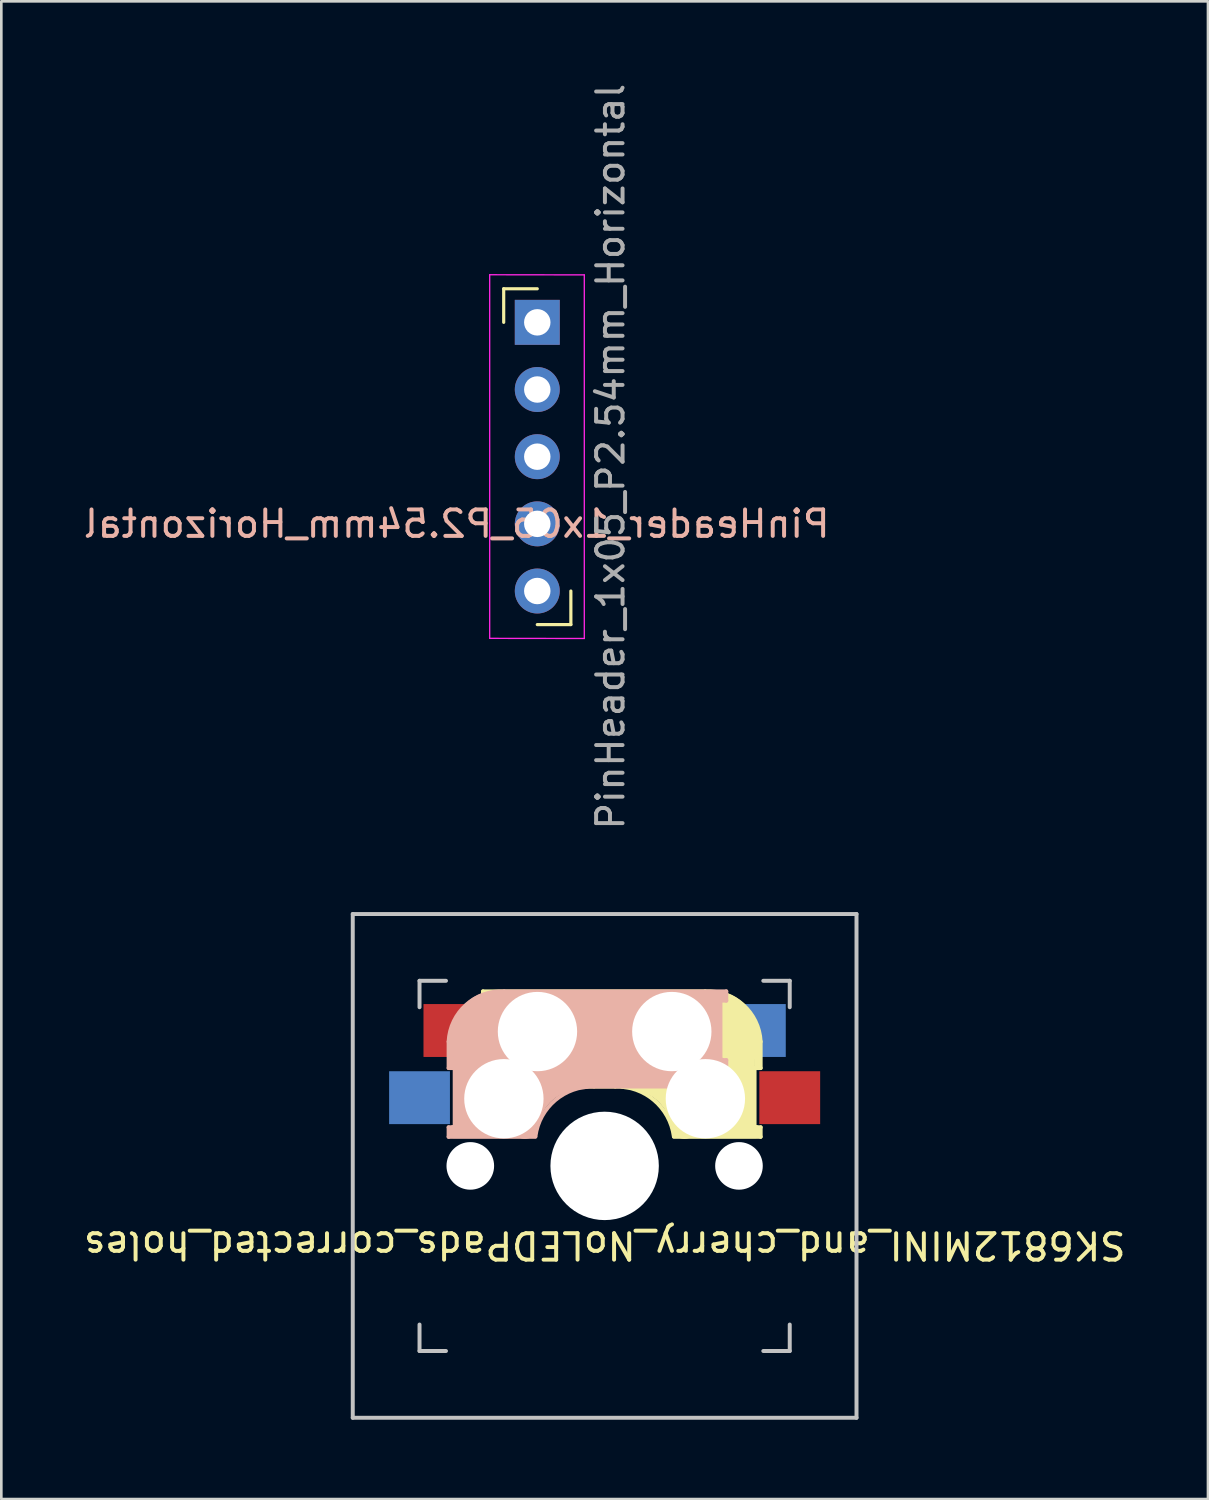
<source format=kicad_pcb>
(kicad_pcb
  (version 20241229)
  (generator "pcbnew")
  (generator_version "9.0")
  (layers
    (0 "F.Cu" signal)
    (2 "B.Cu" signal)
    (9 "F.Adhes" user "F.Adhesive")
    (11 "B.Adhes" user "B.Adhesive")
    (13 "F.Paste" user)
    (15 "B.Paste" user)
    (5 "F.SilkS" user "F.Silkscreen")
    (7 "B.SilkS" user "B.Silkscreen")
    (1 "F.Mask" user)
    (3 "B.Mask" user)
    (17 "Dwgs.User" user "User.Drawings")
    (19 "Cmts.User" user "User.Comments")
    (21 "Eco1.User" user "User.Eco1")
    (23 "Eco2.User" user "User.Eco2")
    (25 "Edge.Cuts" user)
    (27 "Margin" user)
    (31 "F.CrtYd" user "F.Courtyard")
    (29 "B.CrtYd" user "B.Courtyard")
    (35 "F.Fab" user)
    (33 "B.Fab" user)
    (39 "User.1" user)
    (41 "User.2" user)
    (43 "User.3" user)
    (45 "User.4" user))
  (footprint "SK6812MINI_and_cherry_NoLEDPads_corrected_holes"
    (layer "F.Cu")
    (at 19.815 41.04)
    (property "Reference" "SK6812MINI_and_cherry_NoLEDPads_corrected_holes" (at 0 3 180) (unlocked yes) (layer "F.SilkS") (effects (font (size 1 1) (thickness 0.15))))
    (attr through_hole)
    (fp_line (start -4.6 -6.6) (end 3.8 -6.6) (stroke (width 0.15) (type solid)) (layer "F.SilkS"))
    (fp_line (start -4.6 -6.25) (end -4.6 -6.6) (stroke (width 0.15) (type solid)) (layer "F.SilkS"))
    (fp_line (start -4.6 -4) (end -4.4 -4) (stroke (width 0.15) (type solid)) (layer "F.SilkS"))
    (fp_line (start -4.6 -3) (end -4.6 -4) (stroke (width 0.15) (type solid)) (layer "F.SilkS"))
    (fp_line (start -4.4 -6.4) (end -3 -6.4) (stroke (width 0.4) (type solid)) (layer "F.SilkS"))
    (fp_line (start -4.4 -6.25) (end -4.6 -6.25) (stroke (width 0.15) (type solid)) (layer "F.SilkS"))
    (fp_line (start -4.4 -3.9) (end -4.4 -3.2) (stroke (width 0.4) (type solid)) (layer "F.SilkS"))
    (fp_line (start -4.38 -4) (end -4.38 -6.25) (stroke (width 0.15) (type solid)) (layer "F.SilkS"))
    (fp_line (start -4.3 -3.3) (end -2.9 -3.3) (stroke (width 0.5) (type solid)) (layer "F.SilkS"))
    (fp_line (start -3.9 -6) (end -3.9 -3.5) (stroke (width 1) (type solid)) (layer "F.SilkS"))
    (fp_line (start -2.6 -4.8) (end 4.1 -4.8) (stroke (width 3.5) (type solid)) (layer "F.SilkS"))
    (fp_line (start 0.4 -3) (end -4.6 -3) (stroke (width 0.15) (type solid)) (layer "F.SilkS"))
    (fp_line (start 4.17 -5.1) (end 4.17 -2.86) (stroke (width 3) (type solid)) (layer "F.SilkS"))
    (fp_line (start 5.3 -1.6) (end 5.3 -3.4) (stroke (width 0.8) (type solid)) (layer "F.SilkS"))
    (fp_line (start 5.67 -3.7) (end 5.67 -1.46) (stroke (width 0.15) (type solid)) (layer "F.SilkS"))
    (fp_line (start 5.7 -1.46) (end 5.9 -1.46) (stroke (width 0.15) (type solid)) (layer "F.SilkS"))
    (fp_line (start 5.7 -1.3) (end 3 -1.3) (stroke (width 0.5) (type solid)) (layer "F.SilkS"))
    (fp_line (start 5.8 -3.8) (end 5.8 -4.7) (stroke (width 0.3) (type solid)) (layer "F.SilkS"))
    (fp_line (start 5.9 -4.7) (end 5.9 -3.7) (stroke (width 0.15) (type solid)) (layer "F.SilkS"))
    (fp_line (start 5.9 -3.7) (end 5.7 -3.7) (stroke (width 0.15) (type solid)) (layer "F.SilkS"))
    (fp_line (start 5.9 -1.1) (end 2.62 -1.1) (stroke (width 0.15) (type solid)) (layer "F.SilkS"))
    (fp_line (start 5.9 -1.1) (end 5.9 -1.46) (stroke (width 0.15) (type solid)) (layer "F.SilkS"))
    (fp_arc (start 0.4 -3) (mid 1.868709 -2.486118) (end 2.616318 -1.121471) (stroke (width 0.15) (type solid)) (layer "F.SilkS"))
    (fp_arc (start 0.8 -3.4) (mid 2.268709 -2.886118) (end 3.016318 -1.521471) (stroke (width 1) (type solid)) (layer "F.SilkS"))
    (fp_arc (start 3.8 -6.600001) (mid 5.243504 -6.084925) (end 5.900001 -4.7) (stroke (width 0.15) (type solid)) (layer "F.SilkS"))
    (fp_line (start -5.9 -4.7) (end -5.9 -3.7) (stroke (width 0.15) (type solid)) (layer "B.SilkS"))
    (fp_line (start -5.9 -3.7) (end -5.7 -3.7) (stroke (width 0.15) (type solid)) (layer "B.SilkS"))
    (fp_line (start -5.9 -1.1) (end -5.9 -1.46) (stroke (width 0.15) (type solid)) (layer "B.SilkS"))
    (fp_line (start -5.9 -1.1) (end -2.62 -1.1) (stroke (width 0.15) (type solid)) (layer "B.SilkS"))
    (fp_line (start -5.8 -3.8) (end -5.8 -4.7) (stroke (width 0.3) (type solid)) (layer "B.SilkS"))
    (fp_line (start -5.7 -1.46) (end -5.9 -1.46) (stroke (width 0.15) (type solid)) (layer "B.SilkS"))
    (fp_line (start -5.7 -1.3) (end -3 -1.3) (stroke (width 0.5) (type solid)) (layer "B.SilkS"))
    (fp_line (start -5.67 -3.7) (end -5.67 -1.46) (stroke (width 0.15) (type solid)) (layer "B.SilkS"))
    (fp_line (start -5.3 -1.6) (end -5.3 -3.4) (stroke (width 0.8) (type solid)) (layer "B.SilkS"))
    (fp_line (start -4.17 -5.1) (end -4.17 -2.86) (stroke (width 3) (type solid)) (layer "B.SilkS"))
    (fp_line (start -0.4 -3) (end 4.6 -3) (stroke (width 0.15) (type solid)) (layer "B.SilkS"))
    (fp_line (start 2.6 -4.8) (end -4.1 -4.8) (stroke (width 3.5) (type solid)) (layer "B.SilkS"))
    (fp_line (start 3.9 -6) (end 3.9 -3.5) (stroke (width 1) (type solid)) (layer "B.SilkS"))
    (fp_line (start 4.3 -3.3) (end 2.9 -3.3) (stroke (width 0.5) (type solid)) (layer "B.SilkS"))
    (fp_line (start 4.38 -4) (end 4.38 -6.25) (stroke (width 0.15) (type solid)) (layer "B.SilkS"))
    (fp_line (start 4.4 -6.4) (end 3 -6.4) (stroke (width 0.4) (type solid)) (layer "B.SilkS"))
    (fp_line (start 4.4 -6.25) (end 4.6 -6.25) (stroke (width 0.15) (type solid)) (layer "B.SilkS"))
    (fp_line (start 4.4 -3.9) (end 4.4 -3.2) (stroke (width 0.4) (type solid)) (layer "B.SilkS"))
    (fp_line (start 4.6 -6.6) (end -3.8 -6.6) (stroke (width 0.15) (type solid)) (layer "B.SilkS"))
    (fp_line (start 4.6 -6.25) (end 4.6 -6.6) (stroke (width 0.15) (type solid)) (layer "B.SilkS"))
    (fp_line (start 4.6 -4) (end 4.4 -4) (stroke (width 0.15) (type solid)) (layer "B.SilkS"))
    (fp_line (start 4.6 -3) (end 4.6 -4) (stroke (width 0.15) (type solid)) (layer "B.SilkS"))
    (fp_arc (start -5.9 -4.699999) (mid -5.243504 -6.084924) (end -3.800001 -6.6) (stroke (width 0.15) (type solid)) (layer "B.SilkS"))
    (fp_arc (start -3.016318 -1.521471) (mid -2.268709 -2.886118) (end -0.8 -3.4) (stroke (width 1) (type solid)) (layer "B.SilkS"))
    (fp_arc (start -2.616318 -1.121471) (mid -1.868709 -2.486118) (end -0.4 -3) (stroke (width 0.15) (type solid)) (layer "B.SilkS"))
    (fp_line (start -9.525 -9.525) (end 9.525 -9.525) (stroke (width 0.15) (type solid)) (layer "Dwgs.User"))
    (fp_line (start -9.525 9.525) (end -9.525 -9.525) (stroke (width 0.15) (type solid)) (layer "Dwgs.User"))
    (fp_line (start -7 -7) (end -6 -7) (stroke (width 0.15) (type solid)) (layer "Dwgs.User"))
    (fp_line (start -7 -6) (end -7 -7) (stroke (width 0.15) (type solid)) (layer "Dwgs.User"))
    (fp_line (start -7 6) (end -7 7) (stroke (width 0.15) (type solid)) (layer "Dwgs.User"))
    (fp_line (start -7 7) (end -6 7) (stroke (width 0.15) (type solid)) (layer "Dwgs.User"))
    (fp_line (start 6 7) (end 7 7) (stroke (width 0.15) (type solid)) (layer "Dwgs.User"))
    (fp_line (start 7 -7) (end 6 -7) (stroke (width 0.15) (type solid)) (layer "Dwgs.User"))
    (fp_line (start 7 -7) (end 7 -6) (stroke (width 0.15) (type solid)) (layer "Dwgs.User"))
    (fp_line (start 7 7) (end 7 6) (stroke (width 0.15) (type solid)) (layer "Dwgs.User"))
    (fp_line (start 9.525 -9.525) (end 9.525 9.525) (stroke (width 0.15) (type solid)) (layer "Dwgs.User"))
    (fp_line (start 9.525 9.525) (end -9.525 9.525) (stroke (width 0.15) (type solid)) (layer "Dwgs.User"))
    (pad "" np_thru_hole circle (at -5.08 0) (size 1.8 1.8) (drill 1.8) (layers "*.Cu" "*.Mask"))
    (pad "" np_thru_hole circle (at -3.81 -2.54 180) (size 3 3) (drill 3) (layers "*.Cu" "*.Mask"))
    (pad "" np_thru_hole circle (at -2.54 -5.08 180) (size 3 3) (drill 3) (layers "*.Cu" "*.Mask"))
    (pad "" np_thru_hole circle (at 0 0 90) (size 4.1 4.1) (drill 4.1) (layers "*.Cu" "*.Mask"))
    (pad "" np_thru_hole circle (at 2.54 -5.08 180) (size 3 3) (drill 3) (layers "*.Cu" "*.Mask"))
    (pad "" np_thru_hole circle (at 3.81 -2.54 180) (size 3 3) (drill 3) (layers "*.Cu" "*.Mask"))
    (pad "" np_thru_hole circle (at 5.08 0) (size 1.8 1.8) (drill 1.8) (layers "*.Cu" "*.Mask"))
    (pad "5" smd rect (at -7 -2.58 180) (size 2.3 2) (layers "B.Cu" "B.Mask" "B.Paste"))
    (pad "5" smd rect (at 7 -2.58 180) (size 2.3 2) (layers "F.Cu" "F.Mask" "F.Paste"))
    (pad "6" smd rect (at -5.7 -5.12 180) (size 2.3 2) (layers "F.Cu" "F.Mask"))
    (pad "6" smd rect (at 5.7 -5.12 180) (size 2.3 2) (layers "B.Cu" "B.Mask" "B.Paste")))
  (footprint "PinHeader_1x05_P2.54mm_Horizontal"
    (layer "F.Cu")
    (at 17.268 9.14)
    (property "Reference" "PinHeader_1x05_P2.54mm_Horizontal" (at -3.048 7.62 0) (layer "B.SilkS") (effects (font (size 1 1) (thickness 0.15)) (justify mirror)))
    (attr through_hole)
    (fp_line (start -1.27 -1.27) (end 0 -1.27) (stroke (width 0.12) (type solid)) (layer "F.SilkS"))
    (fp_line (start -1.27 0) (end -1.27 -1.27) (stroke (width 0.12) (type solid)) (layer "F.SilkS"))
    (fp_line (start 1.27 10.16) (end 1.27 11.43) (stroke (width 0.12) (type solid)) (layer "F.SilkS"))
    (fp_line (start 1.27 11.43) (end 0 11.43) (stroke (width 0.12) (type solid)) (layer "F.SilkS"))
    (fp_line (start -1.8 -1.8) (end -1.8 11.95) (stroke (width 0.05) (type solid)) (layer "F.CrtYd"))
    (fp_line (start -1.8 11.95) (end 1.778 11.955) (stroke (width 0.05) (type solid)) (layer "F.CrtYd"))
    (fp_line (start 1.778 -1.795) (end -1.8 -1.8) (stroke (width 0.05) (type solid)) (layer "F.CrtYd"))
    (fp_line (start 1.778 11.955) (end 1.778 -1.795) (stroke (width 0.05) (type solid)) (layer "F.CrtYd"))
    (fp_line (start -0.32 -0.32) (end -0.32 0.32) (stroke (width 0.1) (type solid)) (layer "F.Fab"))
    (fp_line (start -0.32 2.22) (end -0.32 2.86) (stroke (width 0.1) (type solid)) (layer "F.Fab"))
    (fp_line (start -0.32 4.76) (end -0.32 5.4) (stroke (width 0.1) (type solid)) (layer "F.Fab"))
    (fp_line (start -0.32 7.3) (end -0.32 7.94) (stroke (width 0.1) (type solid)) (layer "F.Fab"))
    (fp_line (start -0.32 9.84) (end -0.32 10.48) (stroke (width 0.1) (type solid)) (layer "F.Fab"))
    (fp_text user "${REFERENCE}" (at 2.77 5.08 90) (layer "F.Fab") (effects (font (size 1 1) (thickness 0.15))))
    (pad "1" thru_hole rect (at 0 0) (size 1.7 1.7) (drill 1) (layers "*.Cu" "*.Mask"))
    (pad "2" thru_hole oval (at 0 2.54) (size 1.7 1.7) (drill 1) (layers "*.Cu" "*.Mask"))
    (pad "3" thru_hole oval (at 0 5.08) (size 1.7 1.7) (drill 1) (layers "*.Cu" "*.Mask"))
    (pad "4" thru_hole oval (at 0 7.62) (size 1.7 1.7) (drill 1) (layers "*.Cu" "*.Mask"))
    (pad "5" thru_hole oval (at 0 10.16) (size 1.7 1.7) (drill 1) (layers "*.Cu" "*.Mask")))
  (gr_rect
    (start -3 -3)
    (end 42.631 53.64)
    (stroke (width 0.1) (type default))
    (fill no)
    (layer "Edge.Cuts")))
</source>
